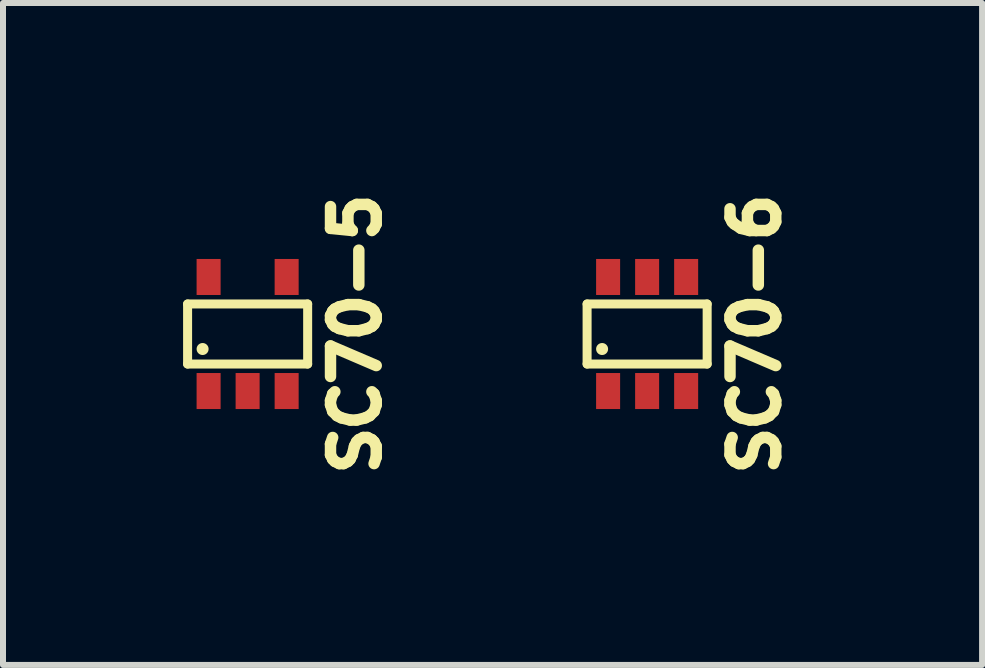
<source format=kicad_pcb>
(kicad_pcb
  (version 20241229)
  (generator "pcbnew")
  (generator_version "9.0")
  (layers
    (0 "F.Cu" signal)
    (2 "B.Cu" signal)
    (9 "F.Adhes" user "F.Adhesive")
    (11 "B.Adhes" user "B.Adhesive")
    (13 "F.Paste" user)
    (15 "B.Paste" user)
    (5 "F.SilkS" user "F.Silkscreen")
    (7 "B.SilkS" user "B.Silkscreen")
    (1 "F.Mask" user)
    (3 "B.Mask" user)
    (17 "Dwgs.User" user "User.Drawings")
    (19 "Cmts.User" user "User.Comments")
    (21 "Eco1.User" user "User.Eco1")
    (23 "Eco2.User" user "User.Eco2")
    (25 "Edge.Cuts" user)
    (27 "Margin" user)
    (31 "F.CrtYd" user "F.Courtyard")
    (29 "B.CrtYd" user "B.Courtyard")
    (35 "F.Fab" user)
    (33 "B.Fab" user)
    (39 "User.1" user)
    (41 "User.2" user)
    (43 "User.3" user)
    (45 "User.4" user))
  (footprint "SC70-6"
    (layer "F.Cu")
    (at 7.73 2.514)
    (property "Reference" "SC70-6" (at 1.8 0 90) (layer "F.SilkS") (effects (font (size 0.762 0.762) (thickness 0.191))))
    (attr smd)
    (fp_line (start -1 -0.5) (end 1 -0.5) (stroke (width 0.15) (type solid)) (layer "F.SilkS"))
    (fp_line (start -1 0.5) (end -1 -0.5) (stroke (width 0.15) (type solid)) (layer "F.SilkS"))
    (fp_line (start -0.75 0.25) (end -0.75 0.25) (stroke (width 0.2) (type solid)) (layer "F.SilkS"))
    (fp_line (start 1 -0.5) (end 1 0.5) (stroke (width 0.15) (type solid)) (layer "F.SilkS"))
    (fp_line (start 1 0.5) (end -1 0.5) (stroke (width 0.15) (type solid)) (layer "F.SilkS"))
    (pad "1" smd rect (at -0.65 0.95) (size 0.4 0.6) (layers "F.Cu" "F.Mask" "F.Paste"))
    (pad "2" smd rect (at 0 0.95) (size 0.4 0.6) (layers "F.Cu" "F.Mask" "F.Paste"))
    (pad "3" smd rect (at 0.65 0.95) (size 0.4 0.6) (layers "F.Cu" "F.Mask" "F.Paste"))
    (pad "4" smd rect (at 0.65 -0.95) (size 0.4 0.6) (layers "F.Cu" "F.Mask" "F.Paste"))
    (pad "5" smd rect (at 0 -0.95) (size 0.4 0.6) (layers "F.Cu" "F.Mask" "F.Paste"))
    (pad "6" smd rect (at -0.65 -0.95) (size 0.4 0.6) (layers "F.Cu" "F.Mask" "F.Paste")))
  (footprint "SC70-5"
    (layer "F.Cu")
    (at 1.075 2.514)
    (property "Reference" "SC70-5" (at 1.8 0 90) (layer "F.SilkS") (effects (font (size 0.762 0.762) (thickness 0.191))))
    (attr smd)
    (fp_line (start -1 -0.5) (end 1 -0.5) (stroke (width 0.15) (type solid)) (layer "F.SilkS"))
    (fp_line (start -1 0.5) (end -1 -0.5) (stroke (width 0.15) (type solid)) (layer "F.SilkS"))
    (fp_line (start -0.75 0.25) (end -0.75 0.25) (stroke (width 0.2) (type solid)) (layer "F.SilkS"))
    (fp_line (start 1 -0.5) (end 1 0.5) (stroke (width 0.15) (type solid)) (layer "F.SilkS"))
    (fp_line (start 1 0.5) (end -1 0.5) (stroke (width 0.15) (type solid)) (layer "F.SilkS"))
    (pad "1" smd rect (at -0.65 0.95) (size 0.4 0.6) (layers "F.Cu" "F.Mask" "F.Paste"))
    (pad "2" smd rect (at 0 0.95) (size 0.4 0.6) (layers "F.Cu" "F.Mask" "F.Paste"))
    (pad "3" smd rect (at 0.65 0.95) (size 0.4 0.6) (layers "F.Cu" "F.Mask" "F.Paste"))
    (pad "4" smd rect (at 0.65 -0.95) (size 0.4 0.6) (layers "F.Cu" "F.Mask" "F.Paste"))
    (pad "5" smd rect (at -0.65 -0.95) (size 0.4 0.6) (layers "F.Cu" "F.Mask" "F.Paste")))
  (gr_rect
    (start -3 -3)
    (end 13.31 8.027)
    (stroke (width 0.1) (type default))
    (fill no)
    (layer "Edge.Cuts")))
</source>
